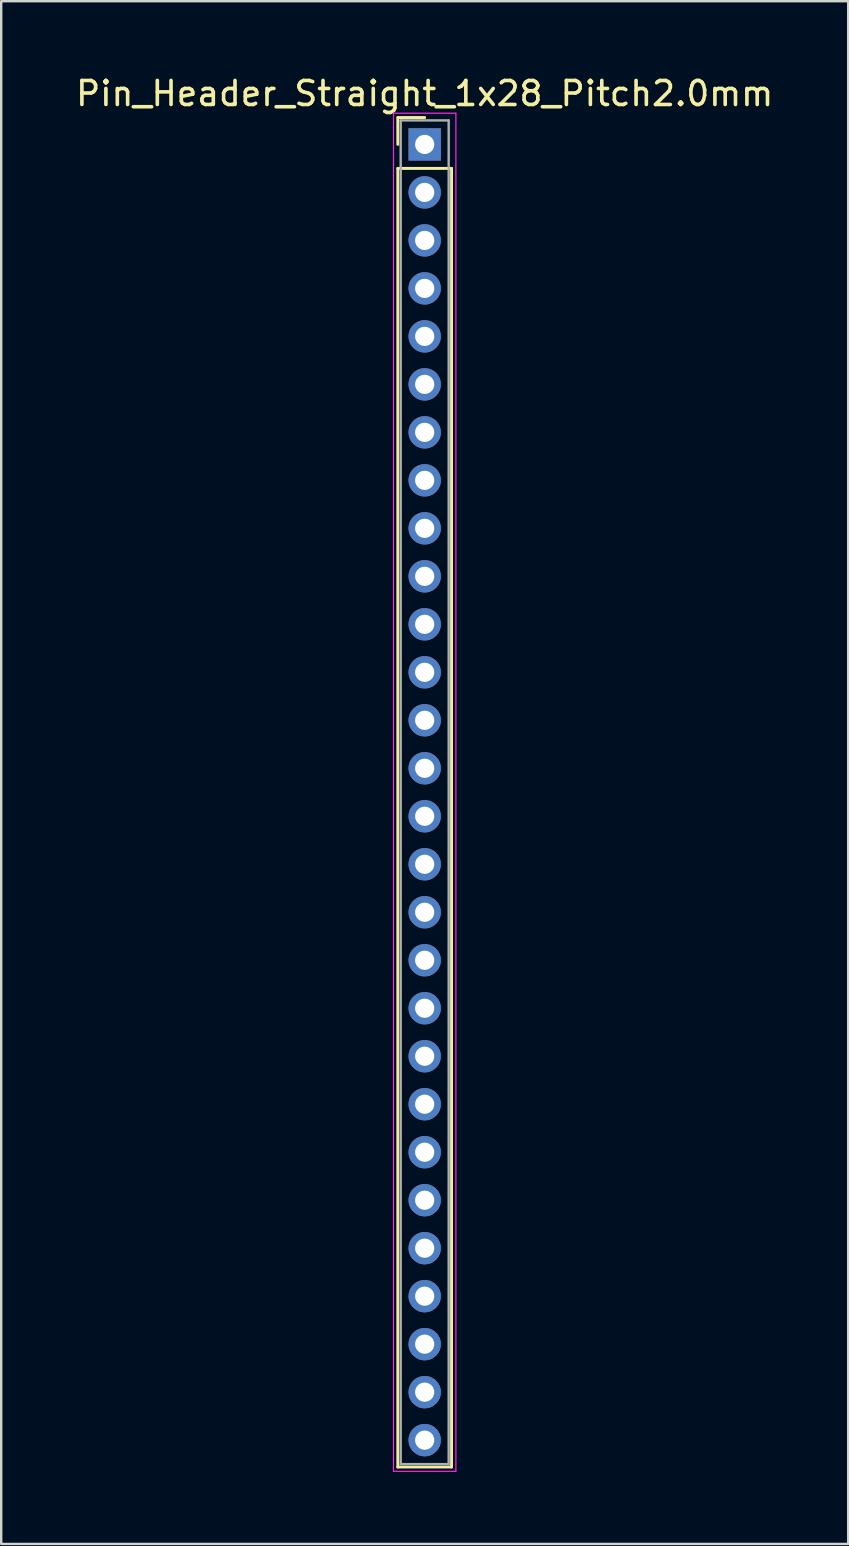
<source format=kicad_pcb>
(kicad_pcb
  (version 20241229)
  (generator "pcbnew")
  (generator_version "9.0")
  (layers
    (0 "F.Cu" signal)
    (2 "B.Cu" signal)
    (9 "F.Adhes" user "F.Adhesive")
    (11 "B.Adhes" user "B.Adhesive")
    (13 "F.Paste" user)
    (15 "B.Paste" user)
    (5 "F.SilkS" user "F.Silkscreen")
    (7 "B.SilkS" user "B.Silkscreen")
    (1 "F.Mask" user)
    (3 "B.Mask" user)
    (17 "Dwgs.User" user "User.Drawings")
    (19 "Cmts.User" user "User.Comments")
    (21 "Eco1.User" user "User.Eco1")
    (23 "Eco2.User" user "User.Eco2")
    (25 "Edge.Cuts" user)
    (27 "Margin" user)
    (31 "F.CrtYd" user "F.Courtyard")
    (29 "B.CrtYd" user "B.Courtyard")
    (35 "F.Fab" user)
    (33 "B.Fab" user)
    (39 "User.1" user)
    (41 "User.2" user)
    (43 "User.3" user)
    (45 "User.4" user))
  (footprint "Pin_Header_Straight_1x28_Pitch2.0mm"
    (layer "F.Cu")
    (at 14.649 2.968)
    (property "Reference" "Pin_Header_Straight_1x28_Pitch2.0mm" (at 0 -2.12 0) (layer "F.SilkS") (effects (font (size 1 1) (thickness 0.15))))
    (attr through_hole)
    (fp_line (start -1.12 -1.12) (end 0 -1.12) (stroke (width 0.12) (type solid)) (layer "F.SilkS"))
    (fp_line (start -1.12 0) (end -1.12 -1.12) (stroke (width 0.12) (type solid)) (layer "F.SilkS"))
    (fp_line (start -1.12 1) (end -1.12 55.12) (stroke (width 0.12) (type solid)) (layer "F.SilkS"))
    (fp_line (start -1.12 55.12) (end 1.12 55.12) (stroke (width 0.12) (type solid)) (layer "F.SilkS"))
    (fp_line (start 1.12 1) (end -1.12 1) (stroke (width 0.12) (type solid)) (layer "F.SilkS"))
    (fp_line (start 1.12 55.12) (end 1.12 1) (stroke (width 0.12) (type solid)) (layer "F.SilkS"))
    (fp_line (start -1.3 -1.3) (end -1.3 55.3) (stroke (width 0.05) (type solid)) (layer "F.CrtYd"))
    (fp_line (start -1.3 55.3) (end 1.3 55.3) (stroke (width 0.05) (type solid)) (layer "F.CrtYd"))
    (fp_line (start 1.3 -1.3) (end -1.3 -1.3) (stroke (width 0.05) (type solid)) (layer "F.CrtYd"))
    (fp_line (start 1.3 55.3) (end 1.3 -1.3) (stroke (width 0.05) (type solid)) (layer "F.CrtYd"))
    (fp_line (start -1 -1) (end -1 55) (stroke (width 0.1) (type solid)) (layer "F.Fab"))
    (fp_line (start -1 55) (end 1 55) (stroke (width 0.1) (type solid)) (layer "F.Fab"))
    (fp_line (start 1 -1) (end -1 -1) (stroke (width 0.1) (type solid)) (layer "F.Fab"))
    (fp_line (start 1 55) (end 1 -1) (stroke (width 0.1) (type solid)) (layer "F.Fab"))
    (pad "1" thru_hole rect (at 0 0) (size 1.35 1.35) (drill 0.8) (layers "*.Cu" "*.Mask"))
    (pad "2" thru_hole oval (at 0 2) (size 1.35 1.35) (drill 0.8) (layers "*.Cu" "*.Mask"))
    (pad "3" thru_hole oval (at 0 4) (size 1.35 1.35) (drill 0.8) (layers "*.Cu" "*.Mask"))
    (pad "4" thru_hole oval (at 0 6) (size 1.35 1.35) (drill 0.8) (layers "*.Cu" "*.Mask"))
    (pad "5" thru_hole oval (at 0 8) (size 1.35 1.35) (drill 0.8) (layers "*.Cu" "*.Mask"))
    (pad "6" thru_hole oval (at 0 10) (size 1.35 1.35) (drill 0.8) (layers "*.Cu" "*.Mask"))
    (pad "7" thru_hole oval (at 0 12) (size 1.35 1.35) (drill 0.8) (layers "*.Cu" "*.Mask"))
    (pad "8" thru_hole oval (at 0 14) (size 1.35 1.35) (drill 0.8) (layers "*.Cu" "*.Mask"))
    (pad "9" thru_hole oval (at 0 16) (size 1.35 1.35) (drill 0.8) (layers "*.Cu" "*.Mask"))
    (pad "10" thru_hole oval (at 0 18) (size 1.35 1.35) (drill 0.8) (layers "*.Cu" "*.Mask"))
    (pad "11" thru_hole oval (at 0 20) (size 1.35 1.35) (drill 0.8) (layers "*.Cu" "*.Mask"))
    (pad "12" thru_hole oval (at 0 22) (size 1.35 1.35) (drill 0.8) (layers "*.Cu" "*.Mask"))
    (pad "13" thru_hole oval (at 0 24) (size 1.35 1.35) (drill 0.8) (layers "*.Cu" "*.Mask"))
    (pad "14" thru_hole oval (at 0 26) (size 1.35 1.35) (drill 0.8) (layers "*.Cu" "*.Mask"))
    (pad "15" thru_hole oval (at 0 28) (size 1.35 1.35) (drill 0.8) (layers "*.Cu" "*.Mask"))
    (pad "16" thru_hole oval (at 0 30) (size 1.35 1.35) (drill 0.8) (layers "*.Cu" "*.Mask"))
    (pad "17" thru_hole oval (at 0 32) (size 1.35 1.35) (drill 0.8) (layers "*.Cu" "*.Mask"))
    (pad "18" thru_hole oval (at 0 34) (size 1.35 1.35) (drill 0.8) (layers "*.Cu" "*.Mask"))
    (pad "19" thru_hole oval (at 0 36) (size 1.35 1.35) (drill 0.8) (layers "*.Cu" "*.Mask"))
    (pad "20" thru_hole oval (at 0 38) (size 1.35 1.35) (drill 0.8) (layers "*.Cu" "*.Mask"))
    (pad "21" thru_hole oval (at 0 40) (size 1.35 1.35) (drill 0.8) (layers "*.Cu" "*.Mask"))
    (pad "22" thru_hole oval (at 0 42) (size 1.35 1.35) (drill 0.8) (layers "*.Cu" "*.Mask"))
    (pad "23" thru_hole oval (at 0 44) (size 1.35 1.35) (drill 0.8) (layers "*.Cu" "*.Mask"))
    (pad "24" thru_hole oval (at 0 46) (size 1.35 1.35) (drill 0.8) (layers "*.Cu" "*.Mask"))
    (pad "25" thru_hole oval (at 0 48) (size 1.35 1.35) (drill 0.8) (layers "*.Cu" "*.Mask"))
    (pad "26" thru_hole oval (at 0 50) (size 1.35 1.35) (drill 0.8) (layers "*.Cu" "*.Mask"))
    (pad "27" thru_hole oval (at 0 52) (size 1.35 1.35) (drill 0.8) (layers "*.Cu" "*.Mask"))
    (pad "28" thru_hole oval (at 0 54) (size 1.35 1.35) (drill 0.8) (layers "*.Cu" "*.Mask")))
  (gr_rect
    (start -3 -3)
    (end 32.298 61.293)
    (stroke (width 0.1) (type default))
    (fill no)
    (layer "Edge.Cuts")))
</source>
